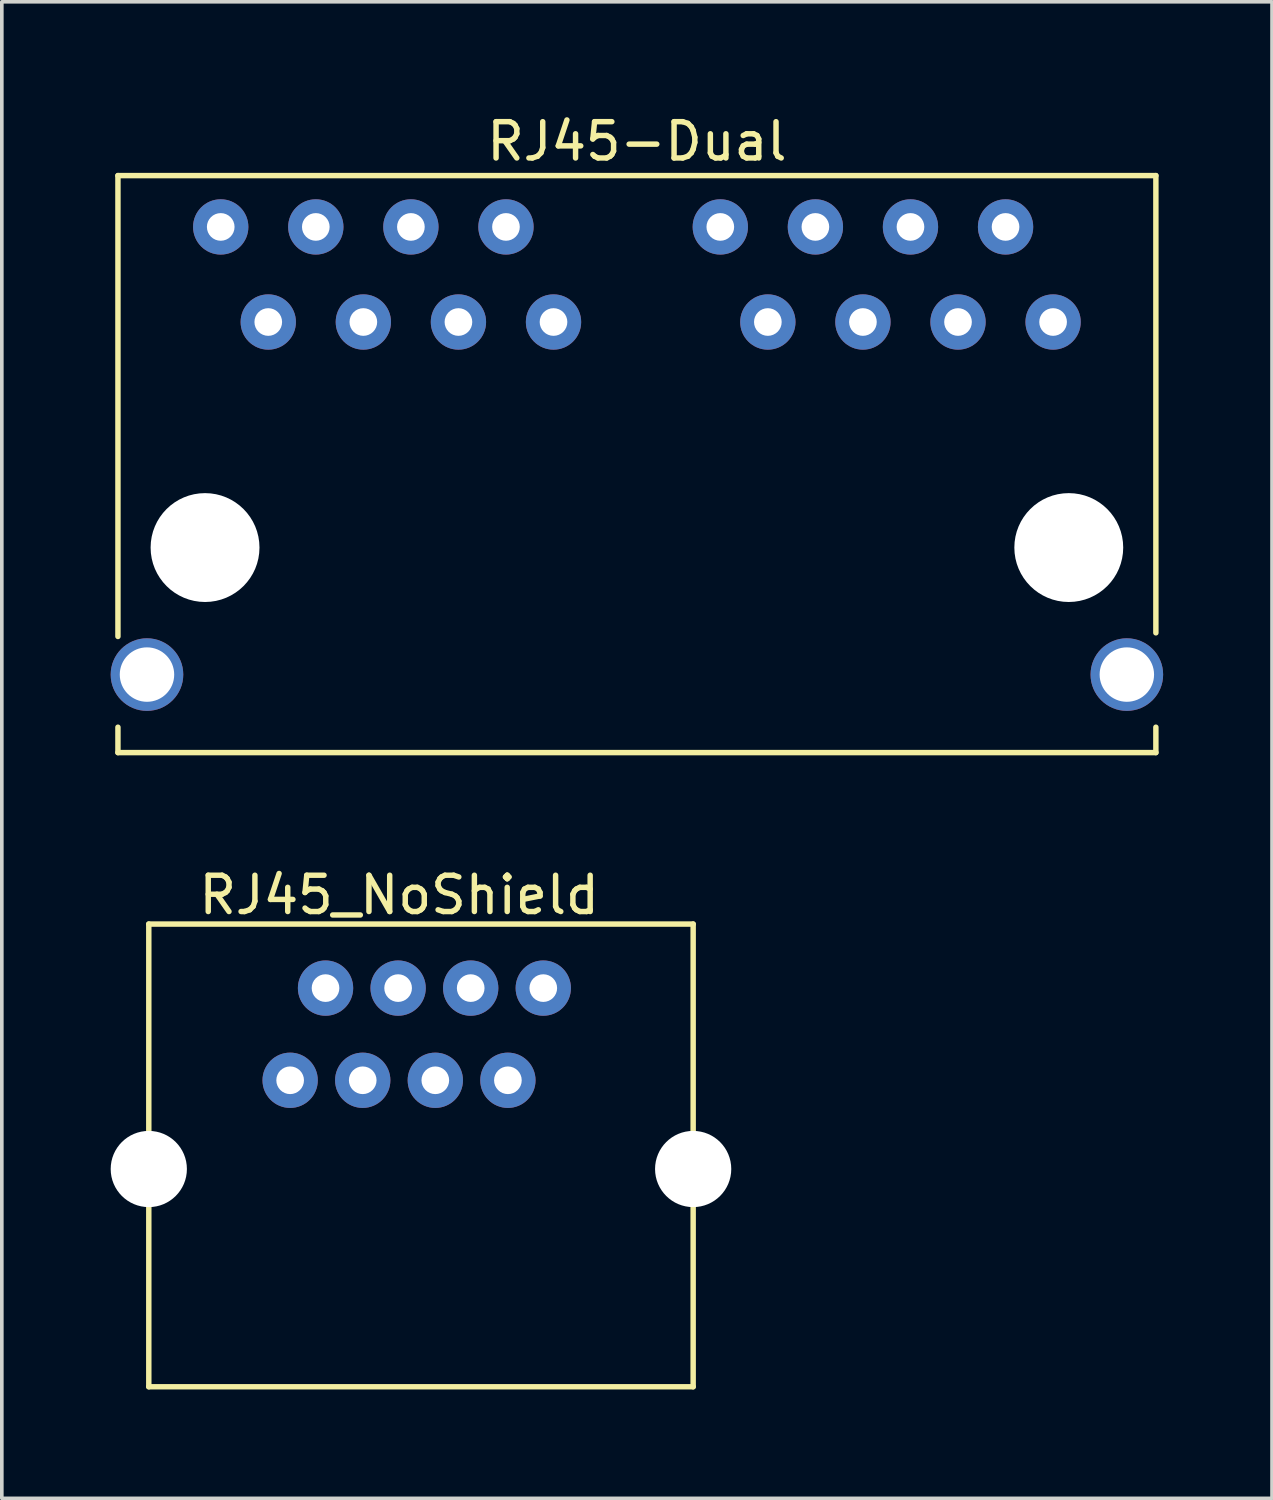
<source format=kicad_pcb>
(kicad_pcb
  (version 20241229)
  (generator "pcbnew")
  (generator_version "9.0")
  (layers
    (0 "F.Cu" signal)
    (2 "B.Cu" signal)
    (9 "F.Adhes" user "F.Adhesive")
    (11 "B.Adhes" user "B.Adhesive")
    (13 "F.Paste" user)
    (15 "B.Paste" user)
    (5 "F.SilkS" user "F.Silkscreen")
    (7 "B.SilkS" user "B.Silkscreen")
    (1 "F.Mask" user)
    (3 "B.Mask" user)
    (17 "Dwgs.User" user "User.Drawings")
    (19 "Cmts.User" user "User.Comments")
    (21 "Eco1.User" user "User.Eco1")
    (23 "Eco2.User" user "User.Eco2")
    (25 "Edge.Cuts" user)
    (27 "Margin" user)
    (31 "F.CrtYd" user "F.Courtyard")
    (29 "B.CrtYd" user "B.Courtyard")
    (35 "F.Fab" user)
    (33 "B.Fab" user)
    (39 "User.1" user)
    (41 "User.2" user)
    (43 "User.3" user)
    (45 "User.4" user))
  (footprint "RJ45-Dual"
    (layer "F.Cu")
    (at 14.5 9.738)
    (property "Reference" "RJ45-Dual" (at 0 -8.89 0) (layer "F.SilkS") (effects (font (size 1 1) (thickness 0.15))))
    (attr through_hole)
    (fp_line (start -14.3 -7.95) (end -14.3 4.75) (stroke (width 0.15) (type solid)) (layer "F.SilkS"))
    (fp_line (start -14.3 -7.95) (end 14.3 -7.95) (stroke (width 0.15) (type solid)) (layer "F.SilkS"))
    (fp_line (start -14.3 7.95) (end -14.3 7.25) (stroke (width 0.15) (type solid)) (layer "F.SilkS"))
    (fp_line (start -14.3 7.95) (end 14.3 7.95) (stroke (width 0.15) (type solid)) (layer "F.SilkS"))
    (fp_line (start 14.3 -7.95) (end 14.3 4.65) (stroke (width 0.15) (type solid)) (layer "F.SilkS"))
    (fp_line (start 14.3 7.95) (end 14.3 7.25) (stroke (width 0.15) (type solid)) (layer "F.SilkS"))
    (pad "" np_thru_hole circle (at -11.9 2.3) (size 3 3) (drill 3) (layers "*.Cu"))
    (pad "" np_thru_hole circle (at 11.9 2.3) (size 3 3) (drill 3) (layers "*.Cu"))
    (pad "1" thru_hole circle (at 11.468 -3.915) (size 1.524 1.524) (drill 0.762) (layers "*.Cu" "*.Mask"))
    (pad "2" thru_hole circle (at 10.158 -6.535) (size 1.524 1.524) (drill 0.762) (layers "*.Cu" "*.Mask"))
    (pad "3" thru_hole circle (at 8.848 -3.915) (size 1.524 1.524) (drill 0.762) (layers "*.Cu" "*.Mask"))
    (pad "4" thru_hole circle (at 7.538 -6.535) (size 1.524 1.524) (drill 0.762) (layers "*.Cu" "*.Mask"))
    (pad "5" thru_hole circle (at 6.228 -3.915) (size 1.524 1.524) (drill 0.762) (layers "*.Cu" "*.Mask"))
    (pad "6" thru_hole circle (at 4.918 -6.535) (size 1.524 1.524) (drill 0.762) (layers "*.Cu" "*.Mask"))
    (pad "7" thru_hole circle (at 3.608 -3.915) (size 1.524 1.524) (drill 0.762) (layers "*.Cu" "*.Mask"))
    (pad "8" thru_hole circle (at 2.298 -6.535) (size 1.524 1.524) (drill 0.762) (layers "*.Cu" "*.Mask"))
    (pad "9" thru_hole circle (at -2.298 -3.915) (size 1.524 1.524) (drill 0.762) (layers "*.Cu" "*.Mask"))
    (pad "10" thru_hole circle (at -3.608 -6.535) (size 1.524 1.524) (drill 0.762) (layers "*.Cu" "*.Mask"))
    (pad "11" thru_hole circle (at -4.918 -3.915) (size 1.524 1.524) (drill 0.762) (layers "*.Cu" "*.Mask"))
    (pad "12" thru_hole circle (at -6.228 -6.535) (size 1.524 1.524) (drill 0.762) (layers "*.Cu" "*.Mask"))
    (pad "13" thru_hole circle (at -7.538 -3.915) (size 1.524 1.524) (drill 0.762) (layers "*.Cu" "*.Mask"))
    (pad "14" thru_hole circle (at -8.848 -6.535) (size 1.524 1.524) (drill 0.762) (layers "*.Cu" "*.Mask"))
    (pad "15" thru_hole circle (at -10.158 -3.915) (size 1.524 1.524) (drill 0.762) (layers "*.Cu" "*.Mask"))
    (pad "16" thru_hole circle (at -11.468 -6.535) (size 1.524 1.524) (drill 0.762) (layers "*.Cu" "*.Mask"))
    (pad "17" thru_hole circle (at -13.5 5.8) (size 2 2) (drill 1.5) (layers "*.Cu" "*.Mask"))
    (pad "17" thru_hole circle (at 13.5 5.8) (size 2 2) (drill 1.5) (layers "*.Cu" "*.Mask")))
  (footprint "RJ45_NoShield"
    (layer "F.Cu")
    (at 8.55 28.602)
    (property "Reference" "RJ45_NoShield" (at -0.6 -6.99 180) (layer "F.SilkS") (effects (font (size 1 1) (thickness 0.15))))
    (attr through_hole)
    (fp_line (start -7.5 -6.19) (end -7.5 6.56) (stroke (width 0.15) (type solid)) (layer "F.SilkS"))
    (fp_line (start 7.5 -6.19) (end -7.5 -6.19) (stroke (width 0.15) (type solid)) (layer "F.SilkS"))
    (fp_line (start 7.5 -6.19) (end 7.5 6.56) (stroke (width 0.15) (type solid)) (layer "F.SilkS"))
    (fp_line (start 7.5 6.56) (end -7.5 6.56) (stroke (width 0.15) (type solid)) (layer "F.SilkS"))
    (pad "" np_thru_hole circle (at -7.5 0.56 180) (size 2.1 2.1) (drill 2.1) (layers "*.Cu"))
    (pad "" np_thru_hole circle (at 7.5 0.56 180) (size 2.1 2.1) (drill 2.1) (layers "*.Cu"))
    (pad "1" thru_hole circle (at -3.605 -1.885 180) (size 1.524 1.524) (drill 0.762) (layers "*.Cu" "*.Mask"))
    (pad "2" thru_hole circle (at -2.63 -4.425 180) (size 1.524 1.524) (drill 0.762) (layers "*.Cu" "*.Mask"))
    (pad "3" thru_hole circle (at -1.605 -1.885 180) (size 1.524 1.524) (drill 0.762) (layers "*.Cu" "*.Mask"))
    (pad "4" thru_hole circle (at -0.63 -4.425 180) (size 1.524 1.524) (drill 0.762) (layers "*.Cu" "*.Mask"))
    (pad "5" thru_hole circle (at 0.395 -1.885 180) (size 1.524 1.524) (drill 0.762) (layers "*.Cu" "*.Mask"))
    (pad "6" thru_hole circle (at 1.37 -4.425 180) (size 1.524 1.524) (drill 0.762) (layers "*.Cu" "*.Mask"))
    (pad "7" thru_hole circle (at 2.395 -1.885 180) (size 1.524 1.524) (drill 0.762) (layers "*.Cu" "*.Mask"))
    (pad "8" thru_hole circle (at 3.37 -4.425 180) (size 1.524 1.524) (drill 0.762) (layers "*.Cu" "*.Mask")))
  (gr_rect
    (start -3 -3)
    (end 32 38.236)
    (stroke (width 0.1) (type default))
    (fill no)
    (layer "Edge.Cuts")))
</source>
